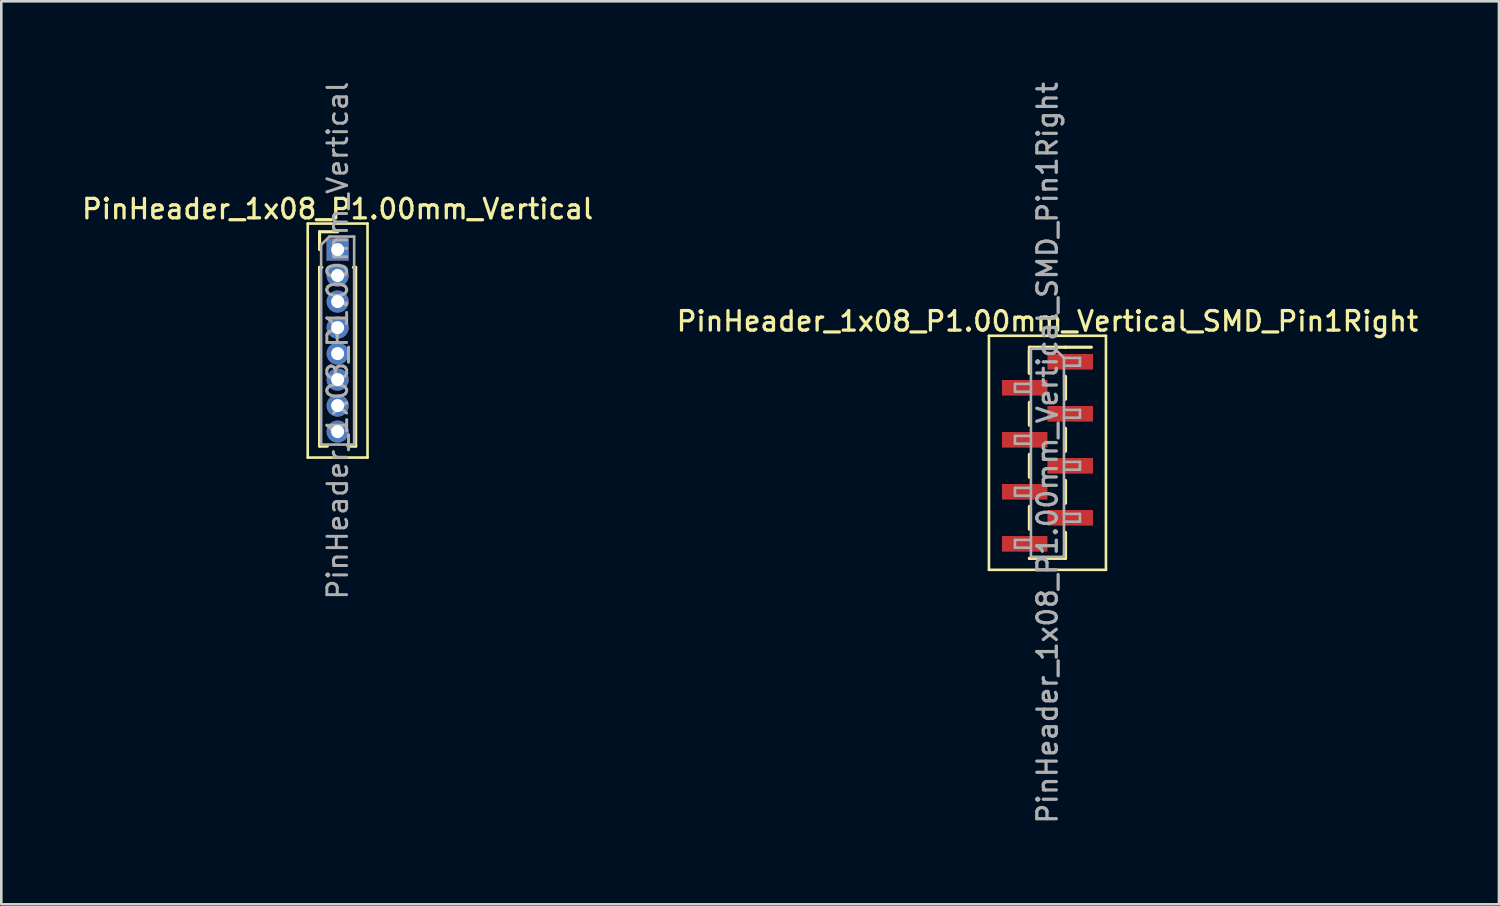
<source format=kicad_pcb>
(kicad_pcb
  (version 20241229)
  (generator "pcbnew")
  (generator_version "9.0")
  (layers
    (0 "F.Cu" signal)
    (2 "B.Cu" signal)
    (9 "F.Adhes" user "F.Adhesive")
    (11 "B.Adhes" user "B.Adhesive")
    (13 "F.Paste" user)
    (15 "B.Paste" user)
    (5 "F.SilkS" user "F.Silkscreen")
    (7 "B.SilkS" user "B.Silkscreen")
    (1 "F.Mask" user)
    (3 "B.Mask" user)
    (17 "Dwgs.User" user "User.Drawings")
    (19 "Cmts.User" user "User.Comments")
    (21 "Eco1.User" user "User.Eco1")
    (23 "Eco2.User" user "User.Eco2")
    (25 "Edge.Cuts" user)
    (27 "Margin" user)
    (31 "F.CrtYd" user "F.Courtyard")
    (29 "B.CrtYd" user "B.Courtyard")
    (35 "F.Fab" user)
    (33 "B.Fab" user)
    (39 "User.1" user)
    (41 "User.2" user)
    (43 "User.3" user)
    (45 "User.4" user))
  (footprint "PinHeader_1x08_P1.00mm_Vertical"
    (layer "F.Cu")
    (at 9.934 6.547)
    (property "Reference" "PinHeader_1x08_P1.00mm_Vertical" (at 0 -1.56 0) (layer "F.SilkS") (effects (font (size 0.75 0.75) (thickness 0.125))))
    (attr through_hole)
    (fp_line (start -1.15 -1) (end -1.15 8) (stroke (width 0.1) (type solid)) (layer "F.SilkS"))
    (fp_line (start -1.15 8) (end 1.15 8) (stroke (width 0.1) (type solid)) (layer "F.SilkS"))
    (fp_line (start -0.695 -0.685) (end 0 -0.685) (stroke (width 0.12) (type solid)) (layer "F.SilkS"))
    (fp_line (start -0.695 0) (end -0.695 -0.685) (stroke (width 0.12) (type solid)) (layer "F.SilkS"))
    (fp_line (start -0.695 0.685) (end -0.695 7.56) (stroke (width 0.12) (type solid)) (layer "F.SilkS"))
    (fp_line (start -0.695 0.685) (end -0.608 0.685) (stroke (width 0.12) (type solid)) (layer "F.SilkS"))
    (fp_line (start -0.695 7.56) (end -0.394 7.56) (stroke (width 0.12) (type solid)) (layer "F.SilkS"))
    (fp_line (start 0.394 7.56) (end 0.695 7.56) (stroke (width 0.12) (type solid)) (layer "F.SilkS"))
    (fp_line (start 0.608 0.685) (end 0.695 0.685) (stroke (width 0.12) (type solid)) (layer "F.SilkS"))
    (fp_line (start 0.695 0.685) (end 0.695 7.56) (stroke (width 0.12) (type solid)) (layer "F.SilkS"))
    (fp_line (start 1.15 -1) (end -1.15 -1) (stroke (width 0.1) (type solid)) (layer "F.SilkS"))
    (fp_line (start 1.15 8) (end 1.15 -1) (stroke (width 0.1) (type solid)) (layer "F.SilkS"))
    (fp_line (start -0.635 -0.182) (end -0.318 -0.5) (stroke (width 0.1) (type solid)) (layer "F.Fab"))
    (fp_line (start -0.635 7.5) (end -0.635 -0.182) (stroke (width 0.1) (type solid)) (layer "F.Fab"))
    (fp_line (start -0.318 -0.5) (end 0.635 -0.5) (stroke (width 0.1) (type solid)) (layer "F.Fab"))
    (fp_line (start 0.635 -0.5) (end 0.635 7.5) (stroke (width 0.1) (type solid)) (layer "F.Fab"))
    (fp_line (start 0.635 7.5) (end -0.635 7.5) (stroke (width 0.1) (type solid)) (layer "F.Fab"))
    (fp_text user "${REFERENCE}" (at 0 3.5 90) (layer "F.Fab") (effects (font (size 0.76 0.76) (thickness 0.114))))
    (pad "1" thru_hole rect (at 0 0) (size 0.85 0.85) (drill 0.5) (layers "*.Cu" "*.Mask"))
    (pad "2" thru_hole oval (at 0 1) (size 0.85 0.85) (drill 0.5) (layers "*.Cu" "*.Mask"))
    (pad "3" thru_hole oval (at 0 2) (size 0.85 0.85) (drill 0.5) (layers "*.Cu" "*.Mask"))
    (pad "4" thru_hole oval (at 0 3) (size 0.85 0.85) (drill 0.5) (layers "*.Cu" "*.Mask"))
    (pad "5" thru_hole oval (at 0 4) (size 0.85 0.85) (drill 0.5) (layers "*.Cu" "*.Mask"))
    (pad "6" thru_hole oval (at 0 5) (size 0.85 0.85) (drill 0.5) (layers "*.Cu" "*.Mask"))
    (pad "7" thru_hole oval (at 0 6) (size 0.85 0.85) (drill 0.5) (layers "*.Cu" "*.Mask"))
    (pad "8" thru_hole oval (at 0 7) (size 0.85 0.85) (drill 0.5) (layers "*.Cu" "*.Mask")))
  (footprint "PinHeader_1x08_P1.00mm_Vertical_SMD_Pin1Right"
    (layer "F.Cu")
    (at 37.23 14.363)
    (property "Reference" "PinHeader_1x08_P1.00mm_Vertical_SMD_Pin1Right" (at 0 -5.06 0) (layer "F.SilkS") (effects (font (size 0.75 0.75) (thickness 0.125))))
    (attr smd)
    (fp_line (start -2.25 -4.5) (end -2.25 4.5) (stroke (width 0.1) (type solid)) (layer "F.SilkS"))
    (fp_line (start -2.25 4.5) (end 2.25 4.5) (stroke (width 0.1) (type solid)) (layer "F.SilkS"))
    (fp_line (start -0.695 -4.06) (end -0.695 -3.06) (stroke (width 0.12) (type solid)) (layer "F.SilkS"))
    (fp_line (start -0.695 -4.06) (end 0.695 -4.06) (stroke (width 0.12) (type solid)) (layer "F.SilkS"))
    (fp_line (start -0.695 -3.94) (end -0.695 -3.06) (stroke (width 0.12) (type solid)) (layer "F.SilkS"))
    (fp_line (start -0.695 -1.94) (end -0.695 -1.06) (stroke (width 0.12) (type solid)) (layer "F.SilkS"))
    (fp_line (start -0.695 0.06) (end -0.695 0.94) (stroke (width 0.12) (type solid)) (layer "F.SilkS"))
    (fp_line (start -0.695 2.06) (end -0.695 2.94) (stroke (width 0.12) (type solid)) (layer "F.SilkS"))
    (fp_line (start -0.695 4.06) (end -0.695 4.06) (stroke (width 0.12) (type solid)) (layer "F.SilkS"))
    (fp_line (start -0.695 4.06) (end 0.695 4.06) (stroke (width 0.12) (type solid)) (layer "F.SilkS"))
    (fp_line (start 0.695 -4.06) (end 0.695 -4.06) (stroke (width 0.12) (type solid)) (layer "F.SilkS"))
    (fp_line (start 0.695 -4.06) (end 1.69 -4.06) (stroke (width 0.12) (type solid)) (layer "F.SilkS"))
    (fp_line (start 0.695 -2.94) (end 0.695 -2.06) (stroke (width 0.12) (type solid)) (layer "F.SilkS"))
    (fp_line (start 0.695 -0.94) (end 0.695 -0.06) (stroke (width 0.12) (type solid)) (layer "F.SilkS"))
    (fp_line (start 0.695 1.06) (end 0.695 1.94) (stroke (width 0.12) (type solid)) (layer "F.SilkS"))
    (fp_line (start 0.695 3.06) (end 0.695 4.06) (stroke (width 0.12) (type solid)) (layer "F.SilkS"))
    (fp_line (start 2.25 -4.5) (end -2.25 -4.5) (stroke (width 0.1) (type solid)) (layer "F.SilkS"))
    (fp_line (start 2.25 4.5) (end 2.25 -4.5) (stroke (width 0.1) (type solid)) (layer "F.SilkS"))
    (fp_line (start -1.25 -2.65) (end -1.25 -2.35) (stroke (width 0.1) (type solid)) (layer "F.Fab"))
    (fp_line (start -1.25 -2.35) (end -0.635 -2.35) (stroke (width 0.1) (type solid)) (layer "F.Fab"))
    (fp_line (start -1.25 -0.65) (end -1.25 -0.35) (stroke (width 0.1) (type solid)) (layer "F.Fab"))
    (fp_line (start -1.25 -0.35) (end -0.635 -0.35) (stroke (width 0.1) (type solid)) (layer "F.Fab"))
    (fp_line (start -1.25 1.35) (end -1.25 1.65) (stroke (width 0.1) (type solid)) (layer "F.Fab"))
    (fp_line (start -1.25 1.65) (end -0.635 1.65) (stroke (width 0.1) (type solid)) (layer "F.Fab"))
    (fp_line (start -1.25 3.35) (end -1.25 3.65) (stroke (width 0.1) (type solid)) (layer "F.Fab"))
    (fp_line (start -1.25 3.65) (end -0.635 3.65) (stroke (width 0.1) (type solid)) (layer "F.Fab"))
    (fp_line (start -0.635 -4) (end -0.635 4) (stroke (width 0.1) (type solid)) (layer "F.Fab"))
    (fp_line (start -0.635 -4) (end 0.285 -4) (stroke (width 0.1) (type solid)) (layer "F.Fab"))
    (fp_line (start -0.635 -2.65) (end -1.25 -2.65) (stroke (width 0.1) (type solid)) (layer "F.Fab"))
    (fp_line (start -0.635 -0.65) (end -1.25 -0.65) (stroke (width 0.1) (type solid)) (layer "F.Fab"))
    (fp_line (start -0.635 1.35) (end -1.25 1.35) (stroke (width 0.1) (type solid)) (layer "F.Fab"))
    (fp_line (start -0.635 3.35) (end -1.25 3.35) (stroke (width 0.1) (type solid)) (layer "F.Fab"))
    (fp_line (start 0.635 -3.65) (end 0.285 -4) (stroke (width 0.1) (type solid)) (layer "F.Fab"))
    (fp_line (start 0.635 -3.65) (end 1.25 -3.65) (stroke (width 0.1) (type solid)) (layer "F.Fab"))
    (fp_line (start 0.635 -1.65) (end 1.25 -1.65) (stroke (width 0.1) (type solid)) (layer "F.Fab"))
    (fp_line (start 0.635 0.35) (end 1.25 0.35) (stroke (width 0.1) (type solid)) (layer "F.Fab"))
    (fp_line (start 0.635 2.35) (end 1.25 2.35) (stroke (width 0.1) (type solid)) (layer "F.Fab"))
    (fp_line (start 0.635 4) (end -0.635 4) (stroke (width 0.1) (type solid)) (layer "F.Fab"))
    (fp_line (start 0.635 4) (end 0.635 -3.65) (stroke (width 0.1) (type solid)) (layer "F.Fab"))
    (fp_line (start 1.25 -3.65) (end 1.25 -3.35) (stroke (width 0.1) (type solid)) (layer "F.Fab"))
    (fp_line (start 1.25 -3.35) (end 0.635 -3.35) (stroke (width 0.1) (type solid)) (layer "F.Fab"))
    (fp_line (start 1.25 -1.65) (end 1.25 -1.35) (stroke (width 0.1) (type solid)) (layer "F.Fab"))
    (fp_line (start 1.25 -1.35) (end 0.635 -1.35) (stroke (width 0.1) (type solid)) (layer "F.Fab"))
    (fp_line (start 1.25 0.35) (end 1.25 0.65) (stroke (width 0.1) (type solid)) (layer "F.Fab"))
    (fp_line (start 1.25 0.65) (end 0.635 0.65) (stroke (width 0.1) (type solid)) (layer "F.Fab"))
    (fp_line (start 1.25 2.35) (end 1.25 2.65) (stroke (width 0.1) (type solid)) (layer "F.Fab"))
    (fp_line (start 1.25 2.65) (end 0.635 2.65) (stroke (width 0.1) (type solid)) (layer "F.Fab"))
    (fp_text user "${REFERENCE}" (at 0 0 90) (layer "F.Fab") (effects (font (size 0.75 0.75) (thickness 0.125))))
    (pad "1" smd rect (at 0.875 -3.5) (size 1.75 0.6) (layers "F.Cu" "F.Mask" "F.Paste"))
    (pad "2" smd rect (at -0.875 -2.5) (size 1.75 0.6) (layers "F.Cu" "F.Mask" "F.Paste"))
    (pad "3" smd rect (at 0.875 -1.5) (size 1.75 0.6) (layers "F.Cu" "F.Mask" "F.Paste"))
    (pad "4" smd rect (at -0.875 -0.5) (size 1.75 0.6) (layers "F.Cu" "F.Mask" "F.Paste"))
    (pad "5" smd rect (at 0.875 0.5) (size 1.75 0.6) (layers "F.Cu" "F.Mask" "F.Paste"))
    (pad "6" smd rect (at -0.875 1.5) (size 1.75 0.6) (layers "F.Cu" "F.Mask" "F.Paste"))
    (pad "7" smd rect (at 0.875 2.5) (size 1.75 0.6) (layers "F.Cu" "F.Mask" "F.Paste"))
    (pad "8" smd rect (at -0.875 3.5) (size 1.75 0.6) (layers "F.Cu" "F.Mask" "F.Paste")))
  (gr_rect
    (start -3 -3)
    (end 54.593 31.725)
    (stroke (width 0.1) (type default))
    (fill no)
    (layer "Edge.Cuts")))
</source>
